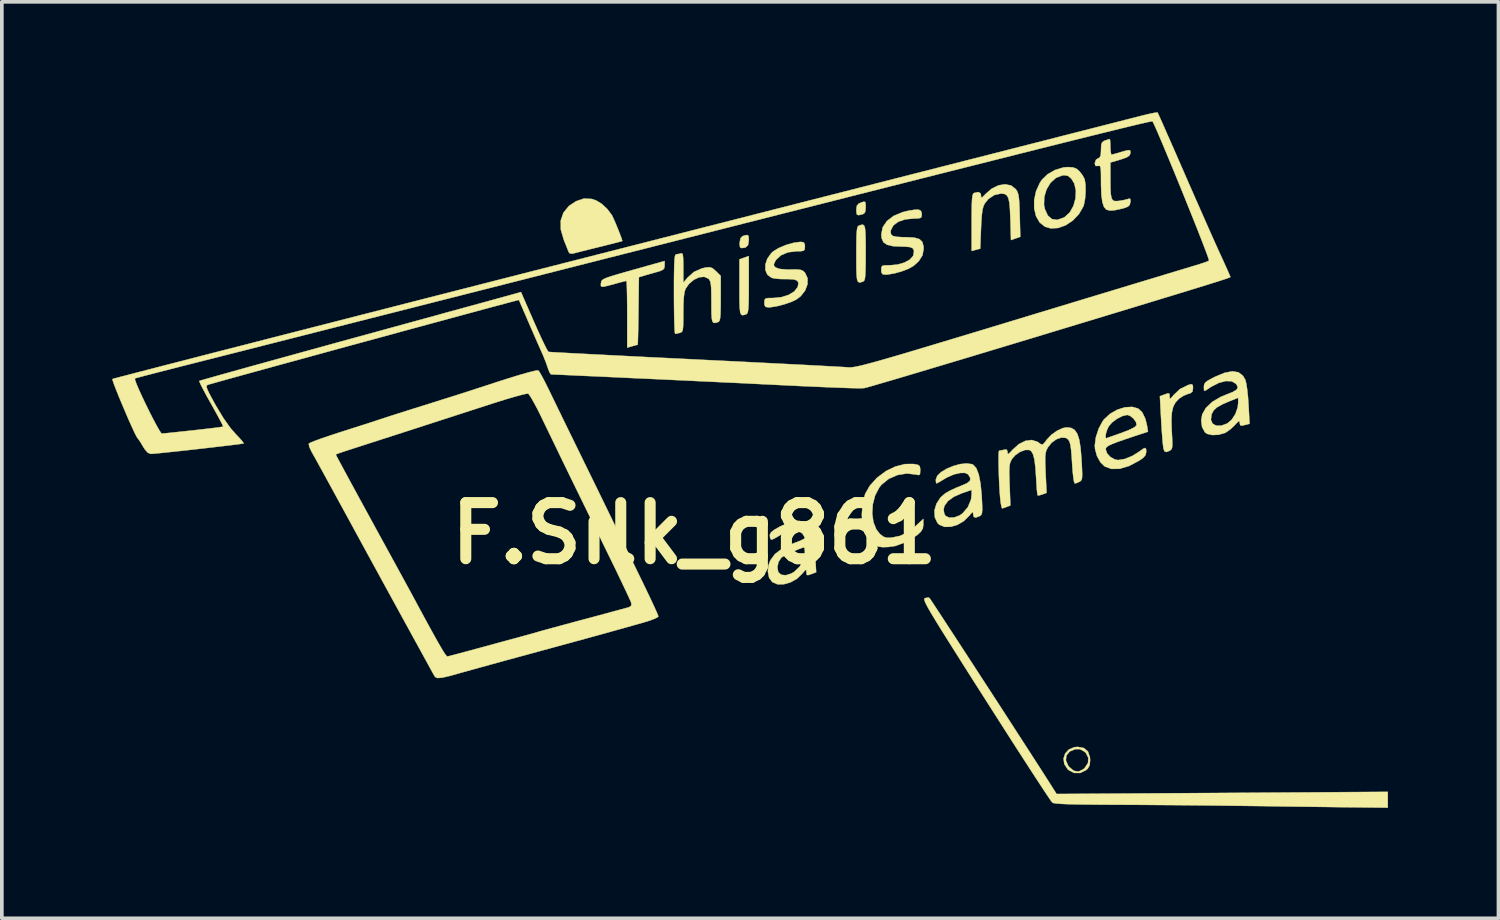
<source format=kicad_pcb>
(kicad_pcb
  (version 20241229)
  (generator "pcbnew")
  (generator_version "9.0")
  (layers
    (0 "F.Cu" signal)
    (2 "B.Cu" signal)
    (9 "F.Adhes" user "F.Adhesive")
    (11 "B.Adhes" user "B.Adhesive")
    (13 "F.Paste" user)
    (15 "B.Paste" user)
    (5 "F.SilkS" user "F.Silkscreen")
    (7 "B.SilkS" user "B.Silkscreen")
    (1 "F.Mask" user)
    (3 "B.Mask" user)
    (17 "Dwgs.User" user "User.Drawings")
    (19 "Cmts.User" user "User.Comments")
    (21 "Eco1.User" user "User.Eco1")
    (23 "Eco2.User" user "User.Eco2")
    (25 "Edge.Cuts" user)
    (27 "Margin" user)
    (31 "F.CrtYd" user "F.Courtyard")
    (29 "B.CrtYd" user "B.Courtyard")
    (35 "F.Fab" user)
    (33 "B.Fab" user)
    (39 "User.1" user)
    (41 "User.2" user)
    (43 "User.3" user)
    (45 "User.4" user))
  (footprint "F.Silk_g861"
    (layer "F.Cu")
    (at 15.806 11.436)
    (property "Reference" "F.Silk_g861" (at 0 0 0) (layer "F.SilkS") (effects (font (size 1.524 1.524) (thickness 0.3))))
    (attr through_hole)
    (fp_poly (pts (xy 1.474 -8.079) (xy 1.482 -7.994) (xy 1.482 -7.96) (xy 1.462 -7.83) (xy 1.395 -7.764) (xy 1.285 -7.747) (xy 1.243 -7.772) (xy 1.233 -7.856) (xy 1.236 -7.903) (xy 1.256 -8.013) (xy 1.307 -8.069) (xy 1.365 -8.09) (xy 1.441 -8.104) (xy 1.474 -8.079)) (stroke (width 0.01) (type solid)) (fill yes) (layer "F.SilkS"))
    (fp_poly (pts (xy 4.645 -8.999) (xy 4.656 -8.933) (xy 4.657 -8.853) (xy 4.647 -8.739) (xy 4.61 -8.683) (xy 4.561 -8.663) (xy 4.459 -8.641) (xy 4.414 -8.664) (xy 4.403 -8.748) (xy 4.403 -8.785) (xy 4.416 -8.895) (xy 4.466 -8.955) (xy 4.511 -8.976) (xy 4.603 -9.008) (xy 4.645 -8.999)) (stroke (width 0.01) (type solid)) (fill yes) (layer "F.SilkS"))
    (fp_poly (pts (xy 1.482 -6.754) (xy 1.481 -6.476) (xy 1.478 -6.27) (xy 1.471 -6.127) (xy 1.46 -6.034) (xy 1.444 -5.981) (xy 1.422 -5.956) (xy 1.415 -5.952) (xy 1.35 -5.93) (xy 1.302 -5.926) (xy 1.269 -5.95) (xy 1.247 -6.014) (xy 1.235 -6.127) (xy 1.229 -6.299) (xy 1.228 -6.541) (xy 1.228 -6.685) (xy 1.228 -7.442) (xy 1.355 -7.487) (xy 1.482 -7.531) (xy 1.482 -6.754)) (stroke (width 0.01) (type solid)) (fill yes) (layer "F.SilkS"))
    (fp_poly (pts (xy 4.616 -8.358) (xy 4.637 -8.294) (xy 4.649 -8.181) (xy 4.655 -8.009) (xy 4.657 -7.767) (xy 4.657 -7.625) (xy 4.656 -7.35) (xy 4.652 -7.148) (xy 4.646 -7.008) (xy 4.635 -6.918) (xy 4.618 -6.867) (xy 4.595 -6.844) (xy 4.59 -6.841) (xy 4.525 -6.819) (xy 4.477 -6.815) (xy 4.444 -6.839) (xy 4.422 -6.903) (xy 4.41 -7.016) (xy 4.404 -7.189) (xy 4.403 -7.431) (xy 4.403 -7.573) (xy 4.404 -7.848) (xy 4.407 -8.05) (xy 4.414 -8.19) (xy 4.425 -8.279) (xy 4.441 -8.33) (xy 4.464 -8.354) (xy 4.47 -8.356) (xy 4.535 -8.379) (xy 4.582 -8.383) (xy 4.616 -8.358)) (stroke (width 0.01) (type solid)) (fill yes) (layer "F.SilkS"))
    (fp_poly (pts (xy -2.785 -9.082) (xy -2.662 -9.041) (xy -2.512 -8.949) (xy -2.362 -8.809) (xy -2.243 -8.652) (xy -2.212 -8.594) (xy -2.151 -8.457) (xy -2.087 -8.304) (xy -2.028 -8.156) (xy -1.982 -8.033) (xy -1.957 -7.956) (xy -1.955 -7.939) (xy -1.999 -7.926) (xy -2.11 -7.897) (xy -2.275 -7.855) (xy -2.479 -7.804) (xy -2.603 -7.773) (xy -2.829 -7.717) (xy -3.029 -7.667) (xy -3.188 -7.627) (xy -3.289 -7.601) (xy -3.313 -7.594) (xy -3.387 -7.607) (xy -3.414 -7.649) (xy -3.445 -7.728) (xy -3.495 -7.855) (xy -3.541 -7.968) (xy -3.623 -8.247) (xy -3.626 -8.495) (xy -3.552 -8.711) (xy -3.402 -8.893) (xy -3.208 -9.021) (xy -2.996 -9.093) (xy -2.785 -9.082)) (stroke (width 0.01) (type solid)) (fill yes) (layer "F.SilkS"))
    (fp_poly (pts (xy 10.583 5.831) (xy 10.694 5.926) (xy 10.748 6.082) (xy 10.753 6.164) (xy 10.74 6.298) (xy 10.691 6.387) (xy 10.641 6.432) (xy 10.483 6.509) (xy 10.319 6.508) (xy 10.169 6.43) (xy 10.145 6.408) (xy 10.051 6.266) (xy 10.038 6.165) (xy 10.094 6.165) (xy 10.156 6.31) (xy 10.182 6.343) (xy 10.308 6.449) (xy 10.437 6.471) (xy 10.568 6.408) (xy 10.606 6.373) (xy 10.695 6.237) (xy 10.705 6.096) (xy 10.639 5.967) (xy 10.595 5.926) (xy 10.473 5.861) (xy 10.352 5.861) (xy 10.197 5.925) (xy 10.109 6.031) (xy 10.094 6.165) (xy 10.038 6.165) (xy 10.031 6.117) (xy 10.076 5.979) (xy 10.177 5.87) (xy 10.328 5.808) (xy 10.415 5.8) (xy 10.583 5.831)) (stroke (width 0.01) (type solid)) (fill yes) (layer "F.SilkS"))
    (fp_poly (pts (xy 13.544 -4.01) (xy 13.547 -3.943) (xy 13.532 -3.849) (xy 13.472 -3.803) (xy 13.419 -3.789) (xy 13.297 -3.741) (xy 13.176 -3.664) (xy 13.167 -3.657) (xy 13.074 -3.559) (xy 13.01 -3.441) (xy 12.974 -3.287) (xy 12.961 -3.083) (xy 12.968 -2.814) (xy 12.971 -2.768) (xy 12.982 -2.56) (xy 12.986 -2.421) (xy 12.98 -2.335) (xy 12.963 -2.285) (xy 12.933 -2.256) (xy 12.916 -2.246) (xy 12.83 -2.21) (xy 12.778 -2.222) (xy 12.747 -2.296) (xy 12.727 -2.442) (xy 12.727 -2.445) (xy 12.715 -2.587) (xy 12.7 -2.785) (xy 12.686 -3.012) (xy 12.675 -3.206) (xy 12.648 -3.724) (xy 12.762 -3.767) (xy 12.859 -3.801) (xy 12.902 -3.798) (xy 12.912 -3.748) (xy 12.912 -3.715) (xy 12.917 -3.661) (xy 12.94 -3.663) (xy 12.996 -3.726) (xy 13.022 -3.758) (xy 13.197 -3.922) (xy 13.427 -4.033) (xy 13.451 -4.04) (xy 13.518 -4.05) (xy 13.544 -4.01)) (stroke (width 0.01) (type solid)) (fill yes) (layer "F.SilkS"))
    (fp_poly (pts (xy -0.804 -7.277) (xy -0.812 -7.207) (xy -0.847 -7.162) (xy -0.929 -7.124) (xy -1.048 -7.089) (xy -1.2 -7.046) (xy -1.334 -7.008) (xy -1.397 -6.989) (xy -1.503 -6.957) (xy -1.514 -6.04) (xy -1.518 -5.771) (xy -1.522 -5.534) (xy -1.527 -5.34) (xy -1.531 -5.201) (xy -1.534 -5.129) (xy -1.536 -5.122) (xy -1.579 -5.112) (xy -1.67 -5.087) (xy -1.683 -5.083) (xy -1.82 -5.044) (xy -1.82 -5.951) (xy -1.821 -6.218) (xy -1.824 -6.453) (xy -1.828 -6.646) (xy -1.833 -6.783) (xy -1.84 -6.852) (xy -1.842 -6.858) (xy -1.89 -6.847) (xy -1.999 -6.82) (xy -2.144 -6.78) (xy -2.169 -6.773) (xy -2.346 -6.725) (xy -2.457 -6.7) (xy -2.515 -6.699) (xy -2.536 -6.725) (xy -2.535 -6.777) (xy -2.532 -6.802) (xy -2.525 -6.84) (xy -2.505 -6.873) (xy -2.462 -6.905) (xy -2.386 -6.939) (xy -2.267 -6.98) (xy -2.093 -7.033) (xy -1.856 -7.101) (xy -1.662 -7.156) (xy -0.804 -7.397) (xy -0.804 -7.277)) (stroke (width 0.01) (type solid)) (fill yes) (layer "F.SilkS"))
    (fp_poly (pts (xy 8.606 -9.448) (xy 8.732 -9.35) (xy 8.738 -9.342) (xy 8.774 -9.284) (xy 8.8 -9.214) (xy 8.817 -9.116) (xy 8.829 -8.974) (xy 8.837 -8.771) (xy 8.841 -8.638) (xy 8.856 -8.054) (xy 8.729 -8.01) (xy 8.603 -7.966) (xy 8.587 -8.529) (xy 8.576 -8.789) (xy 8.56 -8.976) (xy 8.533 -9.102) (xy 8.492 -9.179) (xy 8.432 -9.217) (xy 8.348 -9.228) (xy 8.33 -9.229) (xy 8.151 -9.189) (xy 7.988 -9.08) (xy 7.89 -8.958) (xy 7.854 -8.882) (xy 7.828 -8.78) (xy 7.81 -8.635) (xy 7.796 -8.431) (xy 7.789 -8.279) (xy 7.768 -7.732) (xy 7.652 -7.701) (xy 7.535 -7.67) (xy 7.535 -8.445) (xy 7.536 -8.723) (xy 7.539 -8.928) (xy 7.546 -9.071) (xy 7.557 -9.164) (xy 7.573 -9.217) (xy 7.595 -9.242) (xy 7.602 -9.245) (xy 7.719 -9.27) (xy 7.779 -9.232) (xy 7.789 -9.177) (xy 7.794 -9.123) (xy 7.817 -9.122) (xy 7.876 -9.178) (xy 7.91 -9.215) (xy 8.081 -9.362) (xy 8.265 -9.452) (xy 8.445 -9.481) (xy 8.606 -9.448)) (stroke (width 0.01) (type solid)) (fill yes) (layer "F.SilkS"))
    (fp_poly (pts (xy 10.289 -9.939) (xy 10.385 -9.902) (xy 10.465 -9.832) (xy 10.547 -9.726) (xy 10.601 -9.624) (xy 10.604 -9.615) (xy 10.627 -9.472) (xy 10.63 -9.286) (xy 10.616 -9.093) (xy 10.586 -8.931) (xy 10.57 -8.88) (xy 10.447 -8.669) (xy 10.281 -8.495) (xy 10.088 -8.367) (xy 9.882 -8.294) (xy 9.68 -8.283) (xy 9.525 -8.329) (xy 9.38 -8.446) (xy 9.283 -8.617) (xy 9.234 -8.826) (xy 9.234 -8.921) (xy 9.5 -8.921) (xy 9.523 -8.81) (xy 9.603 -8.633) (xy 9.716 -8.534) (xy 9.859 -8.514) (xy 10.03 -8.573) (xy 10.068 -8.595) (xy 10.204 -8.722) (xy 10.302 -8.899) (xy 10.357 -9.103) (xy 10.366 -9.311) (xy 10.324 -9.5) (xy 10.241 -9.635) (xy 10.149 -9.711) (xy 10.05 -9.727) (xy 9.995 -9.721) (xy 9.823 -9.653) (xy 9.677 -9.521) (xy 9.569 -9.342) (xy 9.507 -9.136) (xy 9.5 -8.921) (xy 9.234 -8.921) (xy 9.234 -9.057) (xy 9.285 -9.294) (xy 9.387 -9.519) (xy 9.443 -9.604) (xy 9.597 -9.753) (xy 9.801 -9.869) (xy 10.024 -9.937) (xy 10.147 -9.948) (xy 10.289 -9.939)) (stroke (width 0.01) (type solid)) (fill yes) (layer "F.SilkS"))
    (fp_poly (pts (xy 6.071 -1.862) (xy 6.123 -1.828) (xy 6.138 -1.757) (xy 6.138 -1.711) (xy 6.133 -1.614) (xy 6.104 -1.582) (xy 6.031 -1.595) (xy 6.022 -1.597) (xy 5.775 -1.626) (xy 5.521 -1.584) (xy 5.285 -1.481) (xy 5.09 -1.324) (xy 5.027 -1.247) (xy 4.914 -1.031) (xy 4.85 -0.788) (xy 4.834 -0.54) (xy 4.867 -0.305) (xy 4.947 -0.104) (xy 5.043 0.016) (xy 5.137 0.09) (xy 5.223 0.12) (xy 5.341 0.118) (xy 5.38 0.113) (xy 5.591 0.069) (xy 5.781 -0.02) (xy 5.975 -0.165) (xy 6.037 -0.221) (xy 6.223 -0.392) (xy 6.223 -0.241) (xy 6.209 -0.132) (xy 6.153 -0.042) (xy 6.066 0.039) (xy 5.774 0.23) (xy 5.463 0.343) (xy 5.271 0.371) (xy 5.112 0.376) (xy 5.002 0.358) (xy 4.905 0.311) (xy 4.872 0.289) (xy 4.722 0.155) (xy 4.622 -0.015) (xy 4.567 -0.235) (xy 4.552 -0.508) (xy 4.573 -0.816) (xy 4.642 -1.07) (xy 4.768 -1.292) (xy 4.96 -1.504) (xy 4.982 -1.524) (xy 5.212 -1.694) (xy 5.467 -1.816) (xy 5.726 -1.882) (xy 5.958 -1.884) (xy 6.071 -1.862)) (stroke (width 0.01) (type solid)) (fill yes) (layer "F.SilkS"))
    (fp_poly (pts (xy 6.103 -8.789) (xy 6.16 -8.754) (xy 6.18 -8.682) (xy 6.181 -8.655) (xy 6.173 -8.593) (xy 6.137 -8.563) (xy 6.05 -8.552) (xy 5.97 -8.551) (xy 5.732 -8.528) (xy 5.541 -8.463) (xy 5.407 -8.362) (xy 5.34 -8.232) (xy 5.334 -8.178) (xy 5.348 -8.116) (xy 5.397 -8.076) (xy 5.497 -8.054) (xy 5.661 -8.044) (xy 5.775 -8.043) (xy 5.982 -8.031) (xy 6.119 -7.99) (xy 6.197 -7.912) (xy 6.229 -7.788) (xy 6.231 -7.727) (xy 6.2 -7.551) (xy 6.098 -7.392) (xy 5.958 -7.265) (xy 5.821 -7.187) (xy 5.634 -7.115) (xy 5.431 -7.059) (xy 5.247 -7.029) (xy 5.198 -7.027) (xy 5.114 -7.039) (xy 5.083 -7.092) (xy 5.08 -7.154) (xy 5.084 -7.226) (xy 5.108 -7.264) (xy 5.175 -7.279) (xy 5.303 -7.281) (xy 5.321 -7.281) (xy 5.526 -7.301) (xy 5.711 -7.355) (xy 5.856 -7.435) (xy 5.942 -7.531) (xy 5.953 -7.56) (xy 5.969 -7.669) (xy 5.944 -7.737) (xy 5.864 -7.774) (xy 5.719 -7.788) (xy 5.629 -7.789) (xy 5.397 -7.8) (xy 5.237 -7.838) (xy 5.138 -7.908) (xy 5.09 -8.018) (xy 5.081 -8.121) (xy 5.12 -8.315) (xy 5.235 -8.484) (xy 5.417 -8.622) (xy 5.661 -8.724) (xy 5.82 -8.763) (xy 5.995 -8.79) (xy 6.103 -8.789)) (stroke (width 0.01) (type solid)) (fill yes) (layer "F.SilkS"))
    (fp_poly (pts (xy 2.973 -7.904) (xy 3.003 -7.85) (xy 3.006 -7.789) (xy 3.001 -7.715) (xy 2.974 -7.678) (xy 2.903 -7.664) (xy 2.783 -7.662) (xy 2.551 -7.634) (xy 2.36 -7.555) (xy 2.225 -7.432) (xy 2.202 -7.395) (xy 2.162 -7.309) (xy 2.171 -7.259) (xy 2.216 -7.218) (xy 2.321 -7.181) (xy 2.507 -7.166) (xy 2.613 -7.166) (xy 2.78 -7.167) (xy 2.885 -7.157) (xy 2.952 -7.131) (xy 3.002 -7.085) (xy 3.011 -7.074) (xy 3.078 -6.93) (xy 3.076 -6.764) (xy 3.012 -6.594) (xy 2.892 -6.441) (xy 2.779 -6.354) (xy 2.637 -6.286) (xy 2.448 -6.221) (xy 2.247 -6.169) (xy 2.073 -6.141) (xy 2.023 -6.138) (xy 1.939 -6.15) (xy 1.908 -6.203) (xy 1.905 -6.265) (xy 1.909 -6.337) (xy 1.933 -6.374) (xy 1.998 -6.39) (xy 2.124 -6.392) (xy 2.15 -6.392) (xy 2.37 -6.415) (xy 2.565 -6.477) (xy 2.717 -6.57) (xy 2.807 -6.685) (xy 2.813 -6.699) (xy 2.831 -6.8) (xy 2.797 -6.864) (xy 2.701 -6.898) (xy 2.534 -6.906) (xy 2.485 -6.905) (xy 2.322 -6.908) (xy 2.178 -6.923) (xy 2.101 -6.941) (xy 1.989 -7.022) (xy 1.933 -7.148) (xy 1.932 -7.299) (xy 1.985 -7.459) (xy 2.09 -7.607) (xy 2.143 -7.656) (xy 2.292 -7.748) (xy 2.489 -7.831) (xy 2.698 -7.891) (xy 2.881 -7.916) (xy 2.892 -7.916) (xy 2.973 -7.904)) (stroke (width 0.01) (type solid)) (fill yes) (layer "F.SilkS"))
    (fp_poly (pts (xy 11.295 -10.672) (xy 11.302 -10.575) (xy 11.303 -10.499) (xy 11.309 -10.378) (xy 11.323 -10.302) (xy 11.335 -10.287) (xy 11.391 -10.299) (xy 11.498 -10.328) (xy 11.574 -10.351) (xy 11.723 -10.394) (xy 11.808 -10.409) (xy 11.844 -10.393) (xy 11.849 -10.346) (xy 11.846 -10.321) (xy 11.821 -10.263) (xy 11.753 -10.215) (xy 11.625 -10.168) (xy 11.568 -10.15) (xy 11.303 -10.072) (xy 11.304 -9.64) (xy 11.305 -9.395) (xy 11.313 -9.223) (xy 11.332 -9.112) (xy 11.365 -9.05) (xy 11.418 -9.025) (xy 11.494 -9.025) (xy 11.531 -9.029) (xy 11.662 -9.05) (xy 11.767 -9.076) (xy 11.783 -9.082) (xy 11.836 -9.092) (xy 11.85 -9.047) (xy 11.846 -8.994) (xy 11.827 -8.919) (xy 11.777 -8.872) (xy 11.674 -8.834) (xy 11.62 -8.819) (xy 11.423 -8.776) (xy 11.287 -8.767) (xy 11.197 -8.792) (xy 11.189 -8.796) (xy 11.128 -8.868) (xy 11.085 -8.999) (xy 11.059 -9.196) (xy 11.049 -9.467) (xy 11.049 -9.533) (xy 11.048 -9.736) (xy 11.044 -9.869) (xy 11.034 -9.946) (xy 11.015 -9.979) (xy 10.985 -9.983) (xy 10.964 -9.978) (xy 10.9 -9.979) (xy 10.88 -10.041) (xy 10.88 -10.055) (xy 10.913 -10.149) (xy 10.964 -10.181) (xy 11.017 -10.213) (xy 11.042 -10.281) (xy 11.049 -10.409) (xy 11.049 -10.418) (xy 11.054 -10.547) (xy 11.077 -10.618) (xy 11.13 -10.658) (xy 11.158 -10.669) (xy 11.244 -10.699) (xy 11.285 -10.71) (xy 11.295 -10.672)) (stroke (width 0.01) (type solid)) (fill yes) (layer "F.SilkS"))
    (fp_poly (pts (xy 12.058 -3.39) (xy 12.169 -3.286) (xy 12.253 -3.111) (xy 12.296 -2.936) (xy 12.325 -2.761) (xy 11.973 -2.645) (xy 11.698 -2.553) (xy 11.493 -2.482) (xy 11.35 -2.426) (xy 11.256 -2.382) (xy 11.203 -2.344) (xy 11.18 -2.308) (xy 11.176 -2.281) (xy 11.213 -2.172) (xy 11.306 -2.072) (xy 11.429 -2.005) (xy 11.514 -1.99) (xy 11.699 -2.021) (xy 11.906 -2.106) (xy 12.092 -2.224) (xy 12.197 -2.3) (xy 12.252 -2.32) (xy 12.273 -2.285) (xy 12.277 -2.212) (xy 12.259 -2.126) (xy 12.193 -2.05) (xy 12.093 -1.98) (xy 11.811 -1.83) (xy 11.556 -1.753) (xy 11.332 -1.75) (xy 11.151 -1.816) (xy 11.033 -1.93) (xy 10.94 -2.097) (xy 10.887 -2.289) (xy 10.88 -2.385) (xy 10.908 -2.606) (xy 10.913 -2.621) (xy 11.17 -2.621) (xy 11.184 -2.583) (xy 11.187 -2.582) (xy 11.228 -2.596) (xy 11.332 -2.632) (xy 11.481 -2.684) (xy 11.599 -2.726) (xy 11.82 -2.812) (xy 11.959 -2.882) (xy 12.015 -2.938) (xy 12.016 -2.941) (xy 11.997 -3.026) (xy 11.928 -3.12) (xy 11.836 -3.193) (xy 11.76 -3.217) (xy 11.631 -3.187) (xy 11.482 -3.111) (xy 11.345 -3.008) (xy 11.259 -2.909) (xy 11.214 -2.813) (xy 11.182 -2.708) (xy 11.17 -2.621) (xy 10.913 -2.621) (xy 10.984 -2.84) (xy 11.093 -3.045) (xy 11.132 -3.097) (xy 11.295 -3.247) (xy 11.49 -3.358) (xy 11.698 -3.423) (xy 11.896 -3.435) (xy 12.058 -3.39)) (stroke (width 0.01) (type solid)) (fill yes) (layer "F.SilkS"))
    (fp_poly (pts (xy -0.312 -7.574) (xy -0.302 -7.494) (xy -0.297 -7.353) (xy -0.296 -7.219) (xy -0.296 -6.809) (xy -0.185 -6.941) (xy -0.01 -7.099) (xy 0.205 -7.195) (xy 0.307 -7.219) (xy 0.417 -7.229) (xy 0.498 -7.201) (xy 0.591 -7.12) (xy 0.591 -7.12) (xy 0.72 -6.992) (xy 0.72 -6.379) (xy 0.718 -6.134) (xy 0.714 -5.962) (xy 0.704 -5.848) (xy 0.689 -5.781) (xy 0.666 -5.748) (xy 0.653 -5.741) (xy 0.58 -5.716) (xy 0.529 -5.716) (xy 0.496 -5.751) (xy 0.477 -5.833) (xy 0.468 -5.973) (xy 0.466 -6.182) (xy 0.466 -6.28) (xy 0.464 -6.512) (xy 0.46 -6.675) (xy 0.449 -6.784) (xy 0.431 -6.853) (xy 0.404 -6.898) (xy 0.384 -6.919) (xy 0.272 -6.968) (xy 0.134 -6.955) (xy -0.011 -6.887) (xy -0.143 -6.775) (xy -0.234 -6.645) (xy -0.264 -6.555) (xy -0.283 -6.416) (xy -0.294 -6.214) (xy -0.296 -5.997) (xy -0.297 -5.778) (xy -0.301 -5.629) (xy -0.31 -5.536) (xy -0.327 -5.484) (xy -0.355 -5.458) (xy -0.392 -5.445) (xy -0.479 -5.425) (xy -0.519 -5.419) (xy -0.527 -5.46) (xy -0.535 -5.573) (xy -0.541 -5.749) (xy -0.546 -5.976) (xy -0.549 -6.243) (xy -0.55 -6.498) (xy -0.55 -6.835) (xy -0.547 -7.096) (xy -0.543 -7.29) (xy -0.536 -7.426) (xy -0.526 -7.513) (xy -0.512 -7.561) (xy -0.494 -7.577) (xy -0.49 -7.578) (xy -0.397 -7.593) (xy -0.363 -7.603) (xy -0.332 -7.605) (xy -0.312 -7.574)) (stroke (width 0.01) (type solid)) (fill yes) (layer "F.SilkS"))
    (fp_poly (pts (xy 14.782 -4.374) (xy 14.905 -4.279) (xy 14.968 -4.17) (xy 14.993 -4.073) (xy 15.018 -3.913) (xy 15.04 -3.713) (xy 15.055 -3.502) (xy 15.083 -2.976) (xy 14.982 -2.949) (xy 14.876 -2.926) (xy 14.829 -2.937) (xy 14.817 -2.99) (xy 14.817 -3.007) (xy 14.808 -3.049) (xy 14.776 -3.038) (xy 14.707 -2.968) (xy 14.68 -2.937) (xy 14.567 -2.83) (xy 14.446 -2.744) (xy 14.406 -2.724) (xy 14.236 -2.677) (xy 14.069 -2.67) (xy 13.932 -2.702) (xy 13.871 -2.744) (xy 13.794 -2.887) (xy 13.77 -3.067) (xy 13.773 -3.083) (xy 14.033 -3.083) (xy 14.079 -2.979) (xy 14.178 -2.924) (xy 14.319 -2.926) (xy 14.48 -2.985) (xy 14.599 -3.087) (xy 14.699 -3.242) (xy 14.761 -3.42) (xy 14.774 -3.533) (xy 14.774 -3.682) (xy 14.554 -3.595) (xy 14.343 -3.504) (xy 14.199 -3.423) (xy 14.109 -3.34) (xy 14.057 -3.244) (xy 14.052 -3.232) (xy 14.033 -3.083) (xy 13.773 -3.083) (xy 13.798 -3.232) (xy 13.898 -3.408) (xy 14.069 -3.57) (xy 14.3 -3.706) (xy 14.454 -3.77) (xy 14.63 -3.84) (xy 14.731 -3.901) (xy 14.764 -3.963) (xy 14.735 -4.034) (xy 14.709 -4.066) (xy 14.596 -4.131) (xy 14.439 -4.137) (xy 14.25 -4.087) (xy 14.044 -3.983) (xy 13.938 -3.912) (xy 13.872 -3.869) (xy 13.847 -3.885) (xy 13.843 -3.971) (xy 13.85 -4.04) (xy 13.88 -4.094) (xy 13.95 -4.148) (xy 14.075 -4.216) (xy 14.145 -4.252) (xy 14.405 -4.36) (xy 14.616 -4.401) (xy 14.782 -4.374)) (stroke (width 0.01) (type solid)) (fill yes) (layer "F.SilkS"))
    (fp_poly (pts (xy 7.541 -1.879) (xy 7.577 -1.863) (xy 7.66 -1.773) (xy 7.727 -1.602) (xy 7.776 -1.352) (xy 7.808 -1.025) (xy 7.81 -0.987) (xy 7.82 -0.78) (xy 7.823 -0.642) (xy 7.816 -0.556) (xy 7.799 -0.506) (xy 7.768 -0.478) (xy 7.752 -0.468) (xy 7.646 -0.427) (xy 7.591 -0.449) (xy 7.577 -0.519) (xy 7.572 -0.572) (xy 7.549 -0.57) (xy 7.493 -0.508) (xy 7.467 -0.475) (xy 7.319 -0.331) (xy 7.146 -0.23) (xy 6.966 -0.177) (xy 6.798 -0.176) (xy 6.66 -0.231) (xy 6.607 -0.281) (xy 6.533 -0.439) (xy 6.525 -0.621) (xy 6.533 -0.648) (xy 6.773 -0.648) (xy 6.79 -0.541) (xy 6.824 -0.474) (xy 6.926 -0.426) (xy 7.063 -0.432) (xy 7.208 -0.486) (xy 7.284 -0.538) (xy 7.432 -0.71) (xy 7.518 -0.916) (xy 7.535 -1.054) (xy 7.535 -1.18) (xy 7.282 -1.094) (xy 7.056 -0.996) (xy 6.891 -0.877) (xy 6.795 -0.745) (xy 6.773 -0.648) (xy 6.533 -0.648) (xy 6.58 -0.806) (xy 6.691 -0.976) (xy 6.821 -1.088) (xy 6.951 -1.161) (xy 7.119 -1.24) (xy 7.249 -1.292) (xy 7.407 -1.36) (xy 7.489 -1.426) (xy 7.5 -1.499) (xy 7.447 -1.591) (xy 7.438 -1.603) (xy 7.355 -1.642) (xy 7.221 -1.64) (xy 7.058 -1.602) (xy 6.886 -1.529) (xy 6.811 -1.487) (xy 6.694 -1.416) (xy 6.61 -1.368) (xy 6.58 -1.355) (xy 6.566 -1.391) (xy 6.562 -1.46) (xy 6.601 -1.562) (xy 6.705 -1.663) (xy 6.856 -1.754) (xy 7.034 -1.829) (xy 7.22 -1.88) (xy 7.395 -1.899) (xy 7.541 -1.879)) (stroke (width 0.01) (type solid)) (fill yes) (layer "F.SilkS"))
    (fp_poly (pts (xy 6.392 1.76) (xy 6.419 1.8) (xy 6.489 1.905) (xy 6.595 2.066) (xy 6.734 2.278) (xy 6.901 2.534) (xy 7.092 2.826) (xy 7.301 3.147) (xy 7.525 3.491) (xy 7.759 3.852) (xy 7.999 4.22) (xy 8.24 4.591) (xy 8.477 4.957) (xy 8.706 5.311) (xy 8.923 5.647) (xy 9.123 5.956) (xy 9.302 6.234) (xy 9.455 6.471) (xy 9.577 6.662) (xy 9.604 6.704) (xy 9.842 7.079) (xy 18.838 7.021) (xy 18.838 7.451) (xy 18.023 7.442) (xy 17.805 7.44) (xy 17.516 7.437) (xy 17.169 7.432) (xy 16.779 7.427) (xy 16.358 7.422) (xy 15.92 7.416) (xy 15.479 7.409) (xy 15.24 7.406) (xy 14.752 7.4) (xy 14.215 7.393) (xy 13.653 7.387) (xy 13.086 7.382) (xy 12.536 7.378) (xy 12.026 7.374) (xy 11.576 7.372) (xy 11.533 7.372) (xy 11.074 7.37) (xy 10.694 7.366) (xy 10.386 7.362) (xy 10.145 7.356) (xy 9.964 7.348) (xy 9.838 7.338) (xy 9.76 7.326) (xy 9.726 7.313) (xy 9.693 7.27) (xy 9.618 7.16) (xy 9.505 6.991) (xy 9.357 6.766) (xy 9.179 6.493) (xy 8.974 6.176) (xy 8.745 5.822) (xy 8.497 5.435) (xy 8.233 5.022) (xy 7.956 4.588) (xy 7.919 4.53) (xy 7.595 4.022) (xy 7.315 3.581) (xy 7.075 3.201) (xy 6.872 2.879) (xy 6.703 2.609) (xy 6.566 2.387) (xy 6.458 2.208) (xy 6.375 2.067) (xy 6.316 1.959) (xy 6.277 1.881) (xy 6.256 1.826) (xy 6.249 1.791) (xy 6.254 1.77) (xy 6.266 1.76) (xy 6.357 1.744) (xy 6.392 1.76)) (stroke (width 0.01) (type solid)) (fill yes) (layer "F.SilkS"))
    (fp_poly (pts (xy 3.016 -0.304) (xy 3.144 -0.206) (xy 3.211 -0.074) (xy 3.231 0.023) (xy 3.252 0.182) (xy 3.27 0.379) (xy 3.283 0.56) (xy 3.312 1.057) (xy 3.198 1.1) (xy 3.1 1.134) (xy 3.058 1.131) (xy 3.048 1.081) (xy 3.048 1.048) (xy 3.042 0.995) (xy 3.019 0.997) (xy 2.963 1.06) (xy 2.934 1.095) (xy 2.789 1.234) (xy 2.613 1.332) (xy 2.429 1.384) (xy 2.258 1.383) (xy 2.121 1.324) (xy 2.119 1.322) (xy 2.033 1.203) (xy 2 1.04) (xy 2.013 0.919) (xy 2.258 0.919) (xy 2.281 1.049) (xy 2.285 1.056) (xy 2.366 1.127) (xy 2.489 1.138) (xy 2.638 1.091) (xy 2.714 1.047) (xy 2.865 0.902) (xy 2.968 0.715) (xy 3.006 0.519) (xy 3 0.425) (xy 2.985 0.381) (xy 2.984 0.381) (xy 2.917 0.399) (xy 2.802 0.444) (xy 2.662 0.505) (xy 2.525 0.57) (xy 2.416 0.627) (xy 2.366 0.661) (xy 2.289 0.776) (xy 2.258 0.919) (xy 2.013 0.919) (xy 2.02 0.858) (xy 2.067 0.735) (xy 2.188 0.568) (xy 2.376 0.423) (xy 2.638 0.294) (xy 2.742 0.254) (xy 2.876 0.202) (xy 2.97 0.157) (xy 3.006 0.131) (xy 2.984 0.079) (xy 2.94 0.009) (xy 2.836 -0.07) (xy 2.686 -0.084) (xy 2.499 -0.033) (xy 2.319 0.058) (xy 2.191 0.133) (xy 2.118 0.168) (xy 2.081 0.165) (xy 2.063 0.129) (xy 2.059 0.113) (xy 2.053 0.039) (xy 2.086 -0.027) (xy 2.171 -0.095) (xy 2.319 -0.179) (xy 2.382 -0.21) (xy 2.629 -0.308) (xy 2.842 -0.339) (xy 3.016 -0.304)) (stroke (width 0.01) (type solid)) (fill yes) (layer "F.SilkS"))
    (fp_poly (pts (xy 10.24 -2.862) (xy 10.335 -2.806) (xy 10.406 -2.702) (xy 10.458 -2.54) (xy 10.494 -2.313) (xy 10.519 -2.011) (xy 10.52 -1.983) (xy 10.532 -1.762) (xy 10.537 -1.61) (xy 10.534 -1.512) (xy 10.521 -1.454) (xy 10.496 -1.422) (xy 10.464 -1.401) (xy 10.379 -1.364) (xy 10.337 -1.355) (xy 10.318 -1.394) (xy 10.299 -1.501) (xy 10.281 -1.659) (xy 10.268 -1.831) (xy 10.252 -2.092) (xy 10.235 -2.282) (xy 10.215 -2.413) (xy 10.19 -2.498) (xy 10.155 -2.551) (xy 10.109 -2.584) (xy 10.095 -2.591) (xy 9.976 -2.603) (xy 9.837 -2.555) (xy 9.704 -2.459) (xy 9.601 -2.328) (xy 9.6 -2.326) (xy 9.566 -2.257) (xy 9.544 -2.182) (xy 9.534 -2.083) (xy 9.533 -1.942) (xy 9.54 -1.743) (xy 9.544 -1.64) (xy 9.57 -1.1) (xy 9.457 -1.057) (xy 9.37 -1.031) (xy 9.327 -1.031) (xy 9.318 -1.078) (xy 9.306 -1.191) (xy 9.295 -1.353) (xy 9.286 -1.508) (xy 9.267 -1.792) (xy 9.241 -2) (xy 9.205 -2.142) (xy 9.157 -2.228) (xy 9.102 -2.265) (xy 8.984 -2.264) (xy 8.845 -2.21) (xy 8.715 -2.118) (xy 8.634 -2.024) (xy 8.598 -1.96) (xy 8.574 -1.893) (xy 8.561 -1.806) (xy 8.556 -1.68) (xy 8.56 -1.5) (xy 8.566 -1.321) (xy 8.587 -0.757) (xy 8.482 -0.717) (xy 8.399 -0.688) (xy 8.362 -0.677) (xy 8.347 -0.715) (xy 8.328 -0.807) (xy 8.324 -0.836) (xy 8.309 -0.969) (xy 8.295 -1.147) (xy 8.284 -1.352) (xy 8.275 -1.568) (xy 8.269 -1.779) (xy 8.266 -1.969) (xy 8.267 -2.12) (xy 8.273 -2.217) (xy 8.282 -2.244) (xy 8.349 -2.255) (xy 8.414 -2.27) (xy 8.486 -2.275) (xy 8.509 -2.223) (xy 8.509 -2.205) (xy 8.515 -2.158) (xy 8.544 -2.163) (xy 8.606 -2.225) (xy 8.646 -2.27) (xy 8.816 -2.422) (xy 8.995 -2.512) (xy 9.169 -2.535) (xy 9.323 -2.486) (xy 9.359 -2.461) (xy 9.421 -2.416) (xy 9.465 -2.414) (xy 9.516 -2.464) (xy 9.575 -2.544) (xy 9.699 -2.675) (xy 9.854 -2.786) (xy 10.013 -2.859) (xy 10.119 -2.879) (xy 10.24 -2.862)) (stroke (width 0.01) (type solid)) (fill yes) (layer "F.SilkS"))
    (fp_poly (pts (xy -4.234 -4.424) (xy -4.2 -4.377) (xy -4.138 -4.269) (xy -4.056 -4.114) (xy -3.963 -3.927) (xy -3.94 -3.881) (xy -3.855 -3.705) (xy -3.74 -3.468) (xy -3.604 -3.188) (xy -3.453 -2.878) (xy -3.295 -2.556) (xy -3.139 -2.236) (xy -3.132 -2.223) (xy -2.969 -1.888) (xy -2.797 -1.537) (xy -2.626 -1.188) (xy -2.466 -0.86) (xy -2.326 -0.571) (xy -2.223 -0.36) (xy -2.095 -0.098) (xy -1.943 0.216) (xy -1.777 0.557) (xy -1.61 0.901) (xy -1.453 1.223) (xy -1.423 1.284) (xy -1.298 1.544) (xy -1.186 1.779) (xy -1.093 1.979) (xy -1.023 2.133) (xy -0.983 2.23) (xy -0.974 2.258) (xy -1.012 2.289) (xy -1.115 2.335) (xy -1.265 2.388) (xy -1.387 2.424) (xy -1.642 2.496) (xy -1.95 2.583) (xy -2.281 2.675) (xy -2.608 2.766) (xy -2.904 2.847) (xy -3.09 2.899) (xy -3.185 2.924) (xy -3.351 2.97) (xy -3.576 3.031) (xy -3.849 3.105) (xy -4.16 3.19) (xy -4.497 3.282) (xy -4.805 3.366) (xy -5.155 3.461) (xy -5.486 3.552) (xy -5.79 3.636) (xy -6.053 3.709) (xy -6.267 3.768) (xy -6.419 3.811) (xy -6.494 3.833) (xy -6.654 3.876) (xy -6.81 3.912) (xy -6.861 3.921) (xy -6.971 3.93) (xy -7.033 3.904) (xy -7.072 3.847) (xy -7.106 3.784) (xy -7.175 3.658) (xy -7.273 3.479) (xy -7.394 3.258) (xy -7.532 3.007) (xy -7.682 2.735) (xy -7.684 2.731) (xy -7.822 2.479) (xy -7.993 2.167) (xy -8.191 1.806) (xy -8.408 1.41) (xy -8.636 0.992) (xy -8.87 0.565) (xy -9.101 0.141) (xy -9.27 -0.169) (xy -9.474 -0.543) (xy -9.668 -0.898) (xy -9.848 -1.228) (xy -10.01 -1.524) (xy -10.15 -1.779) (xy -10.263 -1.984) (xy -10.345 -2.132) (xy -10.35 -2.141) (xy -9.737 -2.141) (xy -9.717 -2.101) (xy -9.659 -1.992) (xy -9.567 -1.821) (xy -9.444 -1.593) (xy -9.293 -1.314) (xy -9.116 -0.989) (xy -8.917 -0.625) (xy -8.7 -0.227) (xy -8.467 0.2) (xy -8.286 0.529) (xy -8.139 0.798) (xy -7.999 1.054) (xy -7.873 1.285) (xy -7.769 1.476) (xy -7.693 1.615) (xy -7.662 1.672) (xy -7.439 2.086) (xy -7.252 2.431) (xy -7.098 2.711) (xy -6.975 2.932) (xy -6.878 3.1) (xy -6.806 3.22) (xy -6.754 3.297) (xy -6.721 3.336) (xy -6.705 3.344) (xy -6.659 3.334) (xy -6.543 3.304) (xy -6.369 3.258) (xy -6.148 3.199) (xy -5.894 3.13) (xy -5.743 3.089) (xy -5.369 2.987) (xy -5.068 2.905) (xy -4.831 2.841) (xy -4.649 2.791) (xy -4.513 2.754) (xy -4.414 2.726) (xy -4.344 2.707) (xy -4.293 2.692) (xy -4.253 2.68) (xy -4.214 2.669) (xy -4.212 2.668) (xy -4.138 2.647) (xy -3.995 2.608) (xy -3.794 2.553) (xy -3.547 2.486) (xy -3.267 2.41) (xy -2.966 2.329) (xy -2.963 2.329) (xy -2.665 2.249) (xy -2.391 2.175) (xy -2.152 2.11) (xy -1.961 2.059) (xy -1.828 2.022) (xy -1.765 2.005) (xy -1.764 2.005) (xy -1.707 1.959) (xy -1.71 1.889) (xy -1.733 1.831) (xy -1.79 1.707) (xy -1.876 1.523) (xy -1.987 1.29) (xy -2.119 1.014) (xy -2.269 0.706) (xy -2.432 0.373) (xy -2.501 0.231) (xy -2.682 -0.138) (xy -2.864 -0.508) (xy -3.04 -0.869) (xy -3.206 -1.207) (xy -3.353 -1.508) (xy -3.476 -1.761) (xy -3.568 -1.951) (xy -3.577 -1.968) (xy -3.71 -2.244) (xy -3.859 -2.552) (xy -4.008 -2.86) (xy -4.14 -3.133) (xy -4.166 -3.188) (xy -4.268 -3.392) (xy -4.363 -3.568) (xy -4.441 -3.703) (xy -4.496 -3.782) (xy -4.512 -3.796) (xy -4.568 -3.79) (xy -4.693 -3.761) (xy -4.874 -3.712) (xy -5.099 -3.646) (xy -5.356 -3.566) (xy -5.515 -3.515) (xy -5.943 -3.377) (xy -6.384 -3.234) (xy -6.829 -3.09) (xy -7.268 -2.948) (xy -7.693 -2.81) (xy -8.093 -2.681) (xy -8.46 -2.563) (xy -8.783 -2.459) (xy -9.053 -2.372) (xy -9.26 -2.305) (xy -9.387 -2.264) (xy -9.544 -2.213) (xy -9.664 -2.171) (xy -9.73 -2.145) (xy -9.737 -2.141) (xy -10.35 -2.141) (xy -10.392 -2.215) (xy -10.396 -2.223) (xy -10.449 -2.334) (xy -10.469 -2.418) (xy -10.465 -2.44) (xy -10.418 -2.466) (xy -10.301 -2.513) (xy -10.128 -2.576) (xy -9.91 -2.65) (xy -9.66 -2.733) (xy -9.546 -2.769) (xy -9.275 -2.856) (xy -9.021 -2.937) (xy -8.799 -3.008) (xy -8.624 -3.065) (xy -8.51 -3.103) (xy -8.488 -3.11) (xy -8.391 -3.142) (xy -8.231 -3.194) (xy -8.025 -3.26) (xy -7.791 -3.334) (xy -7.62 -3.388) (xy -7.188 -3.523) (xy -6.828 -3.637) (xy -6.528 -3.731) (xy -6.28 -3.81) (xy -6.072 -3.877) (xy -5.896 -3.935) (xy -5.821 -3.959) (xy -5.405 -4.095) (xy -5.045 -4.21) (xy -4.745 -4.302) (xy -4.51 -4.369) (xy -4.344 -4.411) (xy -4.251 -4.427) (xy -4.234 -4.424)) (stroke (width 0.01) (type solid)) (fill yes) (layer "F.SilkS"))
    (fp_poly (pts (xy 12.585 -11.429) (xy 12.605 -11.387) (xy 12.656 -11.276) (xy 12.733 -11.103) (xy 12.832 -10.877) (xy 12.952 -10.606) (xy 13.087 -10.299) (xy 13.234 -9.962) (xy 13.314 -9.779) (xy 13.478 -9.403) (xy 13.643 -9.028) (xy 13.803 -8.666) (xy 13.951 -8.33) (xy 14.084 -8.031) (xy 14.195 -7.783) (xy 14.279 -7.598) (xy 14.294 -7.566) (xy 14.387 -7.363) (xy 14.466 -7.188) (xy 14.525 -7.055) (xy 14.558 -6.978) (xy 14.563 -6.965) (xy 14.558 -6.959) (xy 14.539 -6.95) (xy 14.504 -6.936) (xy 14.449 -6.916) (xy 14.368 -6.889) (xy 14.258 -6.854) (xy 14.116 -6.809) (xy 13.937 -6.753) (xy 13.717 -6.685) (xy 13.452 -6.603) (xy 13.139 -6.507) (xy 12.773 -6.396) (xy 12.351 -6.267) (xy 11.868 -6.12) (xy 11.321 -5.954) (xy 10.705 -5.767) (xy 10.016 -5.558) (xy 9.251 -5.326) (xy 9.123 -5.287) (xy 8.533 -5.109) (xy 7.963 -4.937) (xy 7.42 -4.773) (xy 6.909 -4.62) (xy 6.435 -4.478) (xy 6.004 -4.349) (xy 5.622 -4.235) (xy 5.292 -4.138) (xy 5.022 -4.059) (xy 4.817 -3.999) (xy 4.681 -3.961) (xy 4.621 -3.946) (xy 4.621 -3.946) (xy 4.554 -3.942) (xy 4.435 -3.942) (xy 4.26 -3.945) (xy 4.025 -3.953) (xy 3.725 -3.964) (xy 3.358 -3.98) (xy 2.92 -3.999) (xy 2.406 -4.024) (xy 1.812 -4.053) (xy 1.566 -4.065) (xy 1.395 -4.074) (xy 1.162 -4.085) (xy 0.876 -4.098) (xy 0.545 -4.114) (xy 0.179 -4.131) (xy -0.214 -4.15) (xy -0.626 -4.169) (xy -1.047 -4.189) (xy -1.47 -4.208) (xy -1.885 -4.227) (xy -2.284 -4.246) (xy -2.657 -4.263) (xy -2.997 -4.278) (xy -3.295 -4.292) (xy -3.542 -4.303) (xy -3.729 -4.311) (xy -3.848 -4.317) (xy -3.89 -4.318) (xy -3.921 -4.355) (xy -3.961 -4.447) (xy -3.977 -4.495) (xy -4.024 -4.631) (xy -4.091 -4.801) (xy -4.147 -4.929) (xy -4.207 -5.064) (xy -4.291 -5.254) (xy -4.388 -5.476) (xy -4.488 -5.707) (xy -4.51 -5.757) (xy -4.597 -5.959) (xy -4.672 -6.131) (xy -4.727 -6.259) (xy -4.758 -6.33) (xy -4.763 -6.339) (xy -4.803 -6.33) (xy -4.919 -6.3) (xy -5.103 -6.251) (xy -5.349 -6.185) (xy -5.651 -6.104) (xy -6.002 -6.009) (xy -6.394 -5.903) (xy -6.823 -5.786) (xy -7.28 -5.662) (xy -7.761 -5.532) (xy -8.257 -5.396) (xy -8.763 -5.258) (xy -9.272 -5.12) (xy -9.777 -4.982) (xy -10.272 -4.846) (xy -10.75 -4.715) (xy -11.205 -4.591) (xy -11.63 -4.474) (xy -12.019 -4.367) (xy -12.364 -4.272) (xy -12.66 -4.19) (xy -12.9 -4.123) (xy -13.078 -4.073) (xy -13.186 -4.042) (xy -13.218 -4.032) (xy -13.242 -4.011) (xy -13.245 -3.971) (xy -13.221 -3.9) (xy -13.166 -3.787) (xy -13.076 -3.619) (xy -12.994 -3.471) (xy -12.789 -3.131) (xy -12.597 -2.86) (xy -12.457 -2.7) (xy -12.349 -2.586) (xy -12.271 -2.497) (xy -12.237 -2.448) (xy -12.237 -2.443) (xy -12.282 -2.434) (xy -12.399 -2.418) (xy -12.575 -2.396) (xy -12.796 -2.37) (xy -13.051 -2.34) (xy -13.327 -2.308) (xy -13.61 -2.276) (xy -13.889 -2.245) (xy -14.15 -2.217) (xy -14.381 -2.193) (xy -14.568 -2.174) (xy -14.7 -2.162) (xy -14.762 -2.158) (xy -14.841 -2.189) (xy -14.925 -2.285) (xy -14.972 -2.36) (xy -15.041 -2.476) (xy -15.097 -2.558) (xy -15.118 -2.582) (xy -15.149 -2.63) (xy -15.204 -2.74) (xy -15.277 -2.898) (xy -15.363 -3.089) (xy -15.454 -3.301) (xy -15.546 -3.518) (xy -15.633 -3.726) (xy -15.707 -3.912) (xy -15.764 -4.061) (xy -15.797 -4.159) (xy -15.801 -4.192) (xy -15.758 -4.204) (xy -15.747 -4.207) (xy -15.193 -4.207) (xy -15.187 -4.162) (xy -15.148 -4.056) (xy -15.083 -3.903) (xy -14.999 -3.718) (xy -14.902 -3.516) (xy -14.801 -3.309) (xy -14.701 -3.113) (xy -14.61 -2.941) (xy -14.534 -2.807) (xy -14.481 -2.727) (xy -14.461 -2.709) (xy -14.406 -2.714) (xy -14.281 -2.726) (xy -14.099 -2.745) (xy -13.875 -2.769) (xy -13.623 -2.796) (xy -13.61 -2.797) (xy -13.359 -2.826) (xy -13.139 -2.851) (xy -12.962 -2.873) (xy -12.843 -2.89) (xy -12.793 -2.899) (xy -12.793 -2.899) (xy -12.808 -2.938) (xy -12.859 -3.038) (xy -12.939 -3.187) (xy -13.041 -3.372) (xy -13.121 -3.516) (xy -13.235 -3.718) (xy -13.329 -3.895) (xy -13.4 -4.032) (xy -13.438 -4.117) (xy -13.443 -4.139) (xy -13.401 -4.153) (xy -13.282 -4.187) (xy -13.092 -4.241) (xy -12.837 -4.313) (xy -12.521 -4.401) (xy -12.152 -4.504) (xy -11.733 -4.62) (xy -11.27 -4.748) (xy -10.769 -4.886) (xy -10.236 -5.033) (xy -9.675 -5.188) (xy -9.22 -5.313) (xy -8.638 -5.472) (xy -8.077 -5.626) (xy -7.542 -5.773) (xy -7.039 -5.911) (xy -6.575 -6.039) (xy -6.154 -6.154) (xy -5.782 -6.256) (xy -5.465 -6.343) (xy -5.208 -6.414) (xy -5.018 -6.466) (xy -4.9 -6.499) (xy -4.861 -6.509) (xy -4.706 -6.553) (xy -4.354 -5.748) (xy -4.246 -5.506) (xy -4.148 -5.292) (xy -4.064 -5.117) (xy -4.001 -4.994) (xy -3.964 -4.933) (xy -3.959 -4.929) (xy -3.911 -4.925) (xy -3.785 -4.917) (xy -3.586 -4.906) (xy -3.32 -4.892) (xy -2.994 -4.875) (xy -2.613 -4.855) (xy -2.183 -4.833) (xy -1.71 -4.809) (xy -1.2 -4.783) (xy -0.659 -4.757) (xy -0.093 -4.729) (xy 0.021 -4.723) (xy 0.596 -4.695) (xy 1.151 -4.668) (xy 1.678 -4.641) (xy 2.173 -4.616) (xy 2.628 -4.593) (xy 3.038 -4.572) (xy 3.395 -4.553) (xy 3.694 -4.537) (xy 3.928 -4.524) (xy 4.091 -4.515) (xy 4.177 -4.509) (xy 4.183 -4.508) (xy 4.223 -4.506) (xy 4.273 -4.509) (xy 4.336 -4.517) (xy 4.418 -4.532) (xy 4.523 -4.555) (xy 4.656 -4.588) (xy 4.821 -4.632) (xy 5.024 -4.688) (xy 5.268 -4.758) (xy 5.559 -4.843) (xy 5.901 -4.944) (xy 6.298 -5.063) (xy 6.756 -5.201) (xy 7.28 -5.359) (xy 7.873 -5.538) (xy 8.541 -5.741) (xy 8.818 -5.825) (xy 9.417 -6.007) (xy 9.999 -6.183) (xy 10.557 -6.353) (xy 11.087 -6.513) (xy 11.582 -6.663) (xy 12.036 -6.801) (xy 12.444 -6.924) (xy 12.8 -7.032) (xy 13.098 -7.122) (xy 13.333 -7.193) (xy 13.498 -7.243) (xy 13.588 -7.27) (xy 13.589 -7.27) (xy 13.754 -7.321) (xy 13.888 -7.366) (xy 13.969 -7.399) (xy 13.983 -7.407) (xy 13.973 -7.45) (xy 13.934 -7.562) (xy 13.87 -7.733) (xy 13.785 -7.954) (xy 13.682 -8.217) (xy 13.565 -8.511) (xy 13.438 -8.828) (xy 13.305 -9.158) (xy 13.169 -9.492) (xy 13.035 -9.82) (xy 12.905 -10.134) (xy 12.784 -10.424) (xy 12.676 -10.681) (xy 12.584 -10.896) (xy 12.512 -11.059) (xy 12.464 -11.161) (xy 12.446 -11.191) (xy 12.429 -11.191) (xy 12.382 -11.182) (xy 12.303 -11.166) (xy 12.19 -11.14) (xy 12.043 -11.106) (xy 11.858 -11.062) (xy 11.635 -11.008) (xy 11.372 -10.943) (xy 11.066 -10.868) (xy 10.716 -10.781) (xy 10.321 -10.683) (xy 9.878 -10.572) (xy 9.386 -10.449) (xy 8.842 -10.312) (xy 8.247 -10.162) (xy 7.596 -9.998) (xy 6.889 -9.82) (xy 6.124 -9.627) (xy 5.3 -9.418) (xy 4.414 -9.194) (xy 3.464 -8.953) (xy 2.449 -8.696) (xy 1.368 -8.422) (xy 0.218 -8.13) (xy -1.002 -7.82) (xy -2.295 -7.492) (xy -3.661 -7.145) (xy -5.103 -6.778) (xy -6.623 -6.392) (xy -8.221 -5.986) (xy -9.292 -5.714) (xy -9.811 -5.582) (xy -10.353 -5.444) (xy -10.906 -5.304) (xy -11.455 -5.164) (xy -11.986 -5.029) (xy -12.486 -4.902) (xy -12.94 -4.787) (xy -13.335 -4.687) (xy -13.547 -4.633) (xy -13.904 -4.543) (xy -14.235 -4.458) (xy -14.532 -4.382) (xy -14.784 -4.317) (xy -14.983 -4.265) (xy -15.121 -4.228) (xy -15.188 -4.209) (xy -15.193 -4.207) (xy -15.747 -4.207) (xy -15.636 -4.237) (xy -15.438 -4.288) (xy -15.167 -4.359) (xy -14.826 -4.447) (xy -14.418 -4.553) (xy -13.945 -4.674) (xy -13.412 -4.812) (xy -12.821 -4.964) (xy -12.174 -5.129) (xy -11.476 -5.309) (xy -10.729 -5.5) (xy -9.935 -5.703) (xy -9.099 -5.918) (xy -8.222 -6.142) (xy -7.309 -6.376) (xy -6.361 -6.618) (xy -5.383 -6.868) (xy -4.376 -7.125) (xy -3.344 -7.388) (xy -2.291 -7.657) (xy -1.947 -7.745) (xy -0.884 -8.016) (xy 0.161 -8.283) (xy 1.182 -8.543) (xy 2.179 -8.798) (xy 3.146 -9.045) (xy 4.082 -9.283) (xy 4.983 -9.513) (xy 5.847 -9.734) (xy 6.669 -9.943) (xy 7.447 -10.142) (xy 8.178 -10.328) (xy 8.858 -10.502) (xy 9.486 -10.662) (xy 10.056 -10.808) (xy 10.568 -10.938) (xy 11.016 -11.053) (xy 11.399 -11.15) (xy 11.713 -11.231) (xy 11.955 -11.292) (xy 12.122 -11.335) (xy 12.211 -11.358) (xy 12.221 -11.36) (xy 12.381 -11.398) (xy 12.506 -11.423) (xy 12.577 -11.431) (xy 12.585 -11.429)) (stroke (width 0.01) (type solid)) (fill yes) (layer "F.SilkS")))
  (gr_rect
    (start -3 -3)
    (end 37.65 21.892)
    (stroke (width 0.1) (type default))
    (fill no)
    (layer "Edge.Cuts")))
</source>
